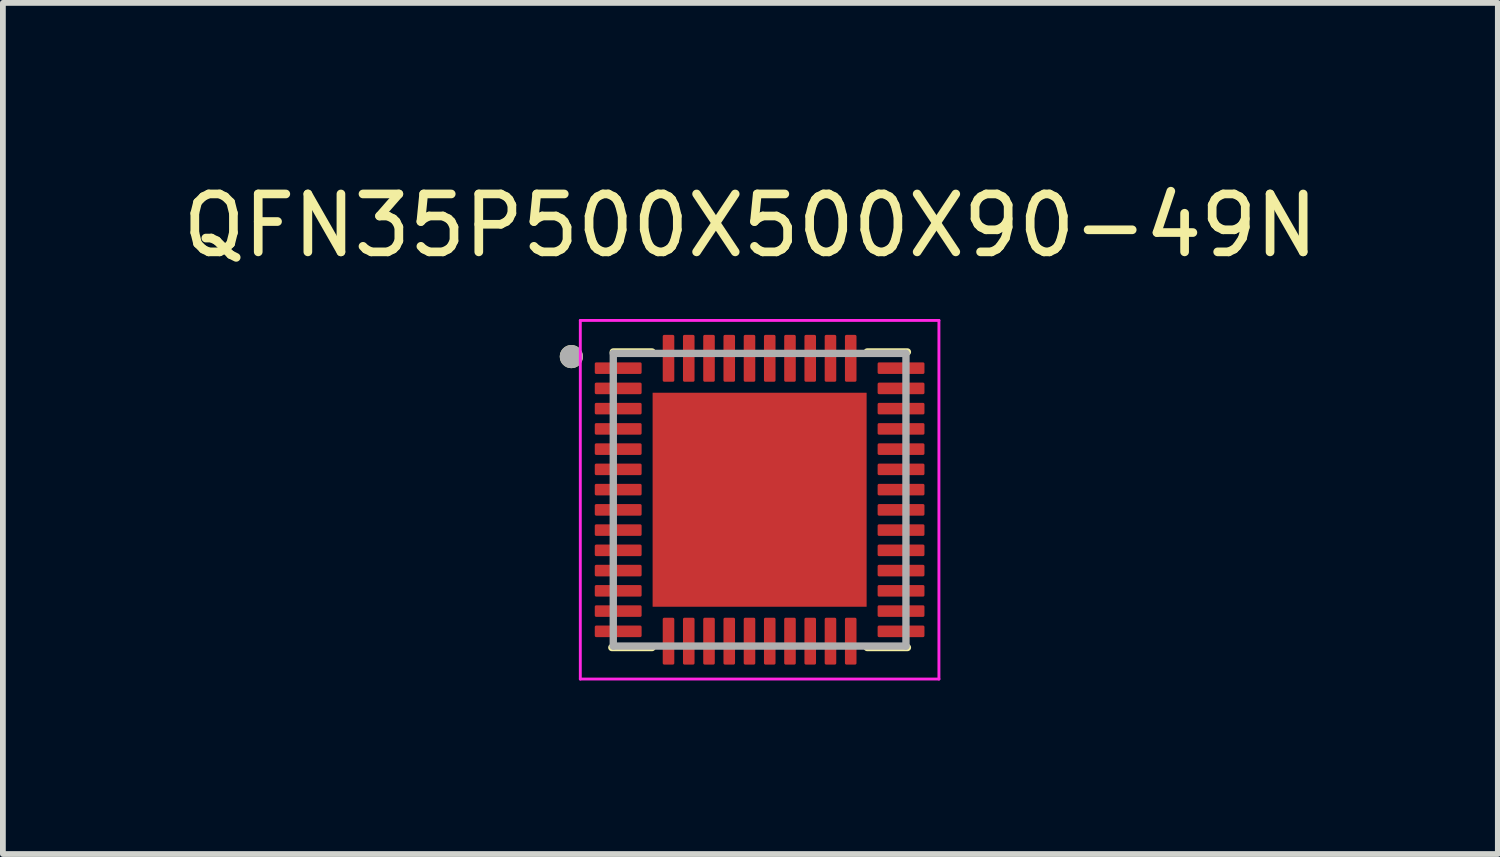
<source format=kicad_pcb>
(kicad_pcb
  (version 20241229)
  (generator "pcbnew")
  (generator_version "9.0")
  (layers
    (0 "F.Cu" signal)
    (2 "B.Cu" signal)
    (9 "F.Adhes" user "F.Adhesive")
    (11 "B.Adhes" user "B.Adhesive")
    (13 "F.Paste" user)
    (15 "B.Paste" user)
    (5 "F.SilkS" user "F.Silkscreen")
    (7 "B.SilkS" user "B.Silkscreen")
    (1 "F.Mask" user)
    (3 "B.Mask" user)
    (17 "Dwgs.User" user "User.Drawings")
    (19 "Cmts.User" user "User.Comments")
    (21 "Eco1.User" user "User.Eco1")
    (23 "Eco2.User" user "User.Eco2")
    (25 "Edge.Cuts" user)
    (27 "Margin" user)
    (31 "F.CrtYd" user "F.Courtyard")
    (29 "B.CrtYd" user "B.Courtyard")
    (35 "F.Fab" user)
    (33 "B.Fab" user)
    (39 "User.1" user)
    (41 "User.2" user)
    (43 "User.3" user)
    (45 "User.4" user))
  (footprint "QFN35P500X500X90-49N"
    (layer "F.Cu")
    (at 10.083 5.59)
    (property "Reference" "QFN35P500X500X90-49N" (at -0.16 -4.741 0) (layer "F.SilkS") (effects (font (size 1.001 1.001) (thickness 0.15))))
    (attr smd)
    (fp_line (start -2.555 2.555) (end -1.86 2.555) (stroke (width 0.127) (type solid)) (layer "F.SilkS"))
    (fp_line (start -2.53 -2.555) (end -1.86 -2.555) (stroke (width 0.127) (type solid)) (layer "F.SilkS"))
    (fp_line (start 2.555 -2.555) (end 1.86 -2.555) (stroke (width 0.127) (type solid)) (layer "F.SilkS"))
    (fp_line (start 2.555 2.555) (end 1.86 2.555) (stroke (width 0.127) (type solid)) (layer "F.SilkS"))
    (fp_circle (center -3.255 -2.475) (end -3.155 -2.475) (stroke (width 0.2) (type solid)) (fill no) (layer "F.SilkS"))
    (fp_poly (pts (xy -1.398 -1.395) (xy -0.225 -1.395) (xy -0.225 -0.225) (xy -1.398 -0.225)) (stroke (width 0.01) (type solid)) (fill yes) (layer "F.Paste"))
    (fp_poly (pts (xy -1.395 0.225) (xy -0.225 0.225) (xy -0.225 1.395) (xy -1.395 1.395)) (stroke (width 0.01) (type solid)) (fill yes) (layer "F.Paste"))
    (fp_poly (pts (xy 0.225 0.225) (xy 1.395 0.225) (xy 1.395 1.397) (xy 0.225 1.397)) (stroke (width 0.01) (type solid)) (fill yes) (layer "F.Paste"))
    (fp_poly (pts (xy 0.225 -1.395) (xy 1.395 -1.395) (xy 1.395 -0.225) (xy 0.225 -0.225)) (stroke (width 0.01) (type solid)) (fill yes) (layer "F.Paste"))
    (fp_line (start -3.1 -3.1) (end 3.1 -3.1) (stroke (width 0.05) (type solid)) (layer "F.CrtYd"))
    (fp_line (start -3.1 3.1) (end -3.1 -3.1) (stroke (width 0.05) (type solid)) (layer "F.CrtYd"))
    (fp_line (start -3.1 3.1) (end 3.1 3.1) (stroke (width 0.05) (type solid)) (layer "F.CrtYd"))
    (fp_line (start 3.1 3.1) (end 3.1 -3.1) (stroke (width 0.05) (type solid)) (layer "F.CrtYd"))
    (fp_line (start -2.53 2.53) (end -2.53 -2.53) (stroke (width 0.127) (type solid)) (layer "F.Fab"))
    (fp_line (start 2.53 -2.53) (end -2.53 -2.53) (stroke (width 0.127) (type solid)) (layer "F.Fab"))
    (fp_line (start 2.53 2.53) (end -2.53 2.53) (stroke (width 0.127) (type solid)) (layer "F.Fab"))
    (fp_line (start 2.53 2.53) (end 2.53 -2.53) (stroke (width 0.127) (type solid)) (layer "F.Fab"))
    (fp_circle (center -3.255 -2.475) (end -3.155 -2.475) (stroke (width 0.2) (type solid)) (fill no) (layer "F.Fab"))
    (pad "1" smd roundrect (at -2.445 -2.275) (size 0.81 0.2) (layers "F.Cu" "F.Mask" "F.Paste") (roundrect_rratio 0.125))
    (pad "2" smd roundrect (at -2.445 -1.925) (size 0.81 0.2) (layers "F.Cu" "F.Mask" "F.Paste") (roundrect_rratio 0.125))
    (pad "3" smd roundrect (at -2.445 -1.575) (size 0.81 0.2) (layers "F.Cu" "F.Mask" "F.Paste") (roundrect_rratio 0.125))
    (pad "4" smd roundrect (at -2.445 -1.225) (size 0.81 0.2) (layers "F.Cu" "F.Mask" "F.Paste") (roundrect_rratio 0.125))
    (pad "5" smd roundrect (at -2.445 -0.875) (size 0.81 0.2) (layers "F.Cu" "F.Mask" "F.Paste") (roundrect_rratio 0.125))
    (pad "6" smd roundrect (at -2.445 -0.525) (size 0.81 0.2) (layers "F.Cu" "F.Mask" "F.Paste") (roundrect_rratio 0.125))
    (pad "7" smd roundrect (at -2.445 -0.175) (size 0.81 0.2) (layers "F.Cu" "F.Mask" "F.Paste") (roundrect_rratio 0.125))
    (pad "8" smd roundrect (at -2.445 0.175) (size 0.81 0.2) (layers "F.Cu" "F.Mask" "F.Paste") (roundrect_rratio 0.125))
    (pad "9" smd roundrect (at -2.445 0.525) (size 0.81 0.2) (layers "F.Cu" "F.Mask" "F.Paste") (roundrect_rratio 0.125))
    (pad "10" smd roundrect (at -2.445 0.875) (size 0.81 0.2) (layers "F.Cu" "F.Mask" "F.Paste") (roundrect_rratio 0.125))
    (pad "11" smd roundrect (at -2.445 1.225) (size 0.81 0.2) (layers "F.Cu" "F.Mask" "F.Paste") (roundrect_rratio 0.125))
    (pad "12" smd roundrect (at -2.445 1.575) (size 0.81 0.2) (layers "F.Cu" "F.Mask" "F.Paste") (roundrect_rratio 0.125))
    (pad "13" smd roundrect (at -2.445 1.925) (size 0.81 0.2) (layers "F.Cu" "F.Mask" "F.Paste") (roundrect_rratio 0.125))
    (pad "14" smd roundrect (at -2.445 2.275) (size 0.81 0.2) (layers "F.Cu" "F.Mask" "F.Paste") (roundrect_rratio 0.125))
    (pad "15" smd roundrect (at -1.575 2.445) (size 0.2 0.81) (layers "F.Cu" "F.Mask" "F.Paste") (roundrect_rratio 0.125))
    (pad "16" smd roundrect (at -1.225 2.445) (size 0.2 0.81) (layers "F.Cu" "F.Mask" "F.Paste") (roundrect_rratio 0.125))
    (pad "17" smd roundrect (at -0.875 2.445) (size 0.2 0.81) (layers "F.Cu" "F.Mask" "F.Paste") (roundrect_rratio 0.125))
    (pad "18" smd roundrect (at -0.525 2.445) (size 0.2 0.81) (layers "F.Cu" "F.Mask" "F.Paste") (roundrect_rratio 0.125))
    (pad "19" smd roundrect (at -0.175 2.445) (size 0.2 0.81) (layers "F.Cu" "F.Mask" "F.Paste") (roundrect_rratio 0.125))
    (pad "20" smd roundrect (at 0.175 2.445) (size 0.2 0.81) (layers "F.Cu" "F.Mask" "F.Paste") (roundrect_rratio 0.125))
    (pad "21" smd roundrect (at 0.525 2.445) (size 0.2 0.81) (layers "F.Cu" "F.Mask" "F.Paste") (roundrect_rratio 0.125))
    (pad "22" smd roundrect (at 0.875 2.445) (size 0.2 0.81) (layers "F.Cu" "F.Mask" "F.Paste") (roundrect_rratio 0.125))
    (pad "23" smd roundrect (at 1.225 2.445) (size 0.2 0.81) (layers "F.Cu" "F.Mask" "F.Paste") (roundrect_rratio 0.125))
    (pad "24" smd roundrect (at 1.575 2.445) (size 0.2 0.81) (layers "F.Cu" "F.Mask" "F.Paste") (roundrect_rratio 0.125))
    (pad "25" smd roundrect (at 2.445 2.275) (size 0.81 0.2) (layers "F.Cu" "F.Mask" "F.Paste") (roundrect_rratio 0.125))
    (pad "26" smd roundrect (at 2.445 1.925) (size 0.81 0.2) (layers "F.Cu" "F.Mask" "F.Paste") (roundrect_rratio 0.125))
    (pad "27" smd roundrect (at 2.445 1.575) (size 0.81 0.2) (layers "F.Cu" "F.Mask" "F.Paste") (roundrect_rratio 0.125))
    (pad "28" smd roundrect (at 2.445 1.225) (size 0.81 0.2) (layers "F.Cu" "F.Mask" "F.Paste") (roundrect_rratio 0.125))
    (pad "29" smd roundrect (at 2.445 0.875) (size 0.81 0.2) (layers "F.Cu" "F.Mask" "F.Paste") (roundrect_rratio 0.125))
    (pad "30" smd roundrect (at 2.445 0.525) (size 0.81 0.2) (layers "F.Cu" "F.Mask" "F.Paste") (roundrect_rratio 0.125))
    (pad "31" smd roundrect (at 2.445 0.175) (size 0.81 0.2) (layers "F.Cu" "F.Mask" "F.Paste") (roundrect_rratio 0.125))
    (pad "32" smd roundrect (at 2.445 -0.175) (size 0.81 0.2) (layers "F.Cu" "F.Mask" "F.Paste") (roundrect_rratio 0.125))
    (pad "33" smd roundrect (at 2.445 -0.525) (size 0.81 0.2) (layers "F.Cu" "F.Mask" "F.Paste") (roundrect_rratio 0.125))
    (pad "34" smd roundrect (at 2.445 -0.875) (size 0.81 0.2) (layers "F.Cu" "F.Mask" "F.Paste") (roundrect_rratio 0.125))
    (pad "35" smd roundrect (at 2.445 -1.225) (size 0.81 0.2) (layers "F.Cu" "F.Mask" "F.Paste") (roundrect_rratio 0.125))
    (pad "36" smd roundrect (at 2.445 -1.575) (size 0.81 0.2) (layers "F.Cu" "F.Mask" "F.Paste") (roundrect_rratio 0.125))
    (pad "37" smd roundrect (at 2.445 -1.925) (size 0.81 0.2) (layers "F.Cu" "F.Mask" "F.Paste") (roundrect_rratio 0.125))
    (pad "38" smd roundrect (at 2.445 -2.275) (size 0.81 0.2) (layers "F.Cu" "F.Mask" "F.Paste") (roundrect_rratio 0.125))
    (pad "39" smd roundrect (at 1.575 -2.445) (size 0.2 0.81) (layers "F.Cu" "F.Mask" "F.Paste") (roundrect_rratio 0.125))
    (pad "40" smd roundrect (at 1.225 -2.445) (size 0.2 0.81) (layers "F.Cu" "F.Mask" "F.Paste") (roundrect_rratio 0.125))
    (pad "41" smd roundrect (at 0.875 -2.445) (size 0.2 0.81) (layers "F.Cu" "F.Mask" "F.Paste") (roundrect_rratio 0.125))
    (pad "42" smd roundrect (at 0.525 -2.445) (size 0.2 0.81) (layers "F.Cu" "F.Mask" "F.Paste") (roundrect_rratio 0.125))
    (pad "43" smd roundrect (at 0.175 -2.445) (size 0.2 0.81) (layers "F.Cu" "F.Mask" "F.Paste") (roundrect_rratio 0.125))
    (pad "44" smd roundrect (at -0.175 -2.445) (size 0.2 0.81) (layers "F.Cu" "F.Mask" "F.Paste") (roundrect_rratio 0.125))
    (pad "45" smd roundrect (at -0.525 -2.445) (size 0.2 0.81) (layers "F.Cu" "F.Mask" "F.Paste") (roundrect_rratio 0.125))
    (pad "46" smd roundrect (at -0.875 -2.445) (size 0.2 0.81) (layers "F.Cu" "F.Mask" "F.Paste") (roundrect_rratio 0.125))
    (pad "47" smd roundrect (at -1.225 -2.445) (size 0.2 0.81) (layers "F.Cu" "F.Mask" "F.Paste") (roundrect_rratio 0.125))
    (pad "48" smd roundrect (at -1.575 -2.445) (size 0.2 0.81) (layers "F.Cu" "F.Mask" "F.Paste") (roundrect_rratio 0.125))
    (pad "49" smd rect (at 0 0) (size 3.7 3.7) (layers "F.Cu" "F.Mask")))
  (gr_rect
    (start -3 -3)
    (end 22.846 11.715)
    (stroke (width 0.1) (type default))
    (fill no)
    (layer "Edge.Cuts")))
</source>
